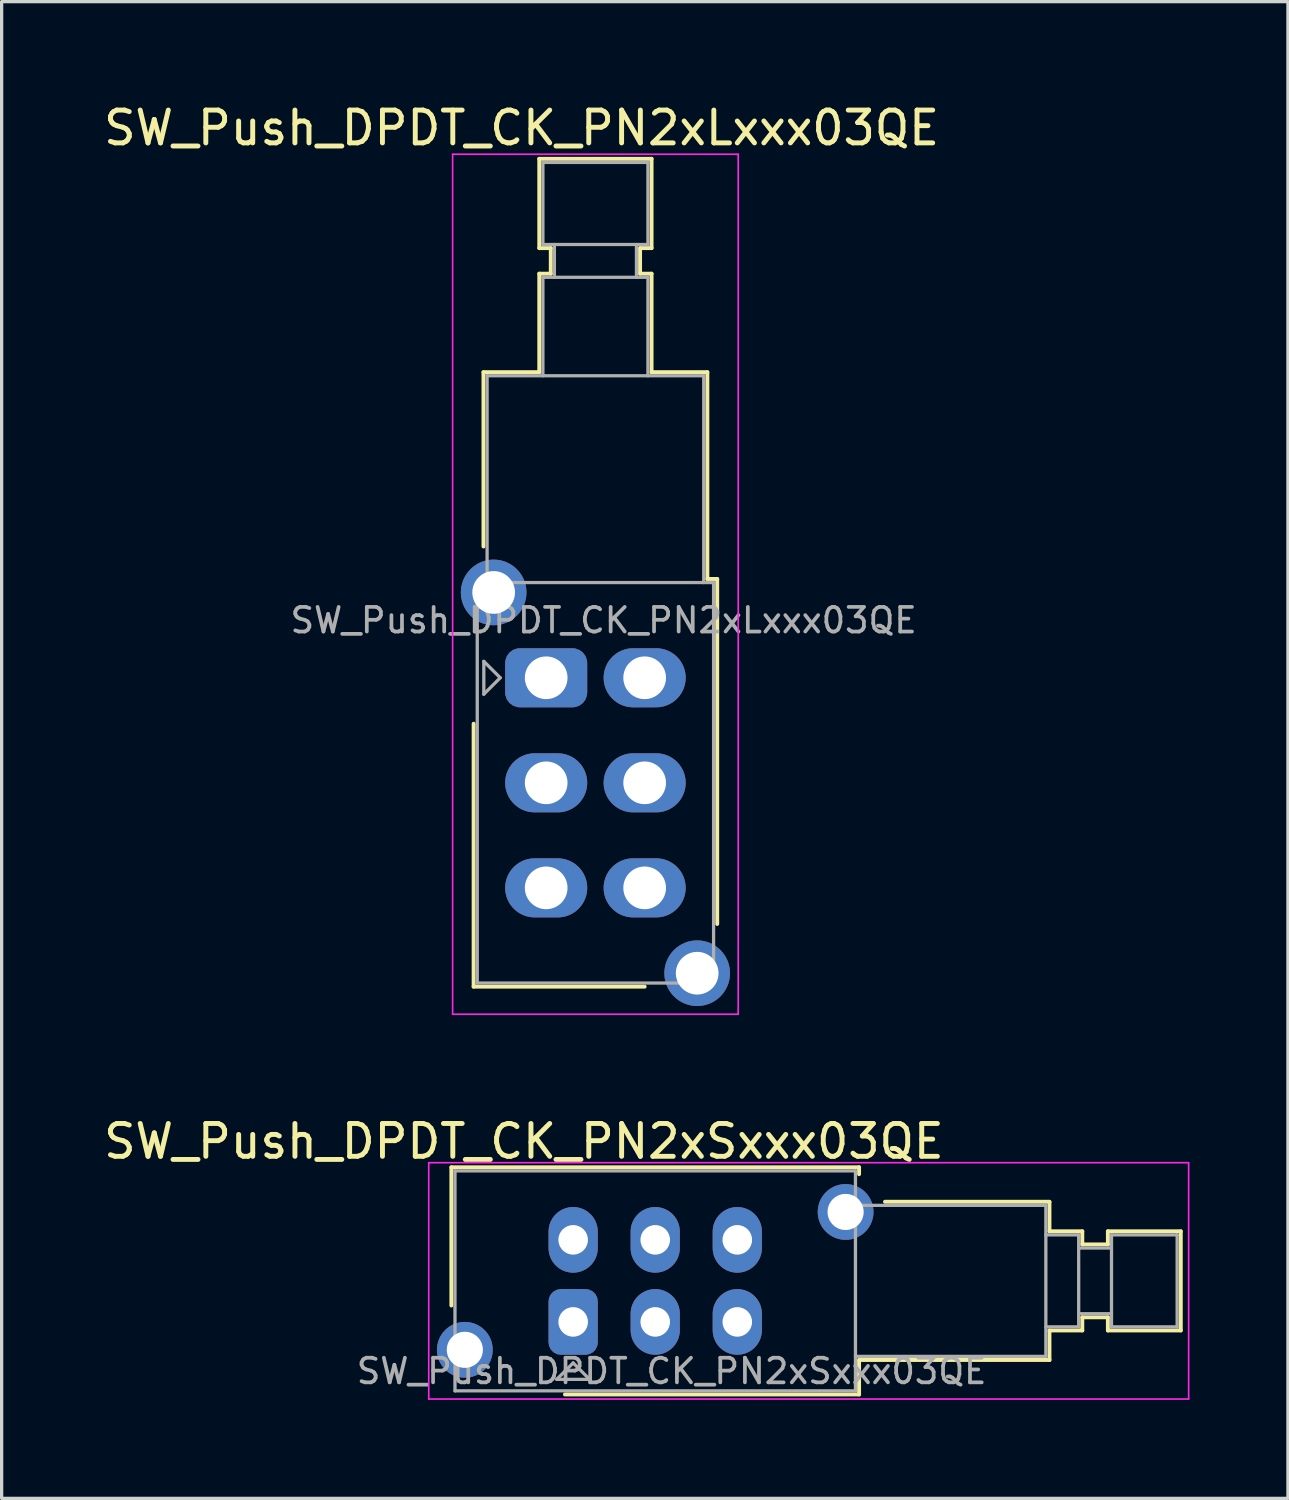
<source format=kicad_pcb>
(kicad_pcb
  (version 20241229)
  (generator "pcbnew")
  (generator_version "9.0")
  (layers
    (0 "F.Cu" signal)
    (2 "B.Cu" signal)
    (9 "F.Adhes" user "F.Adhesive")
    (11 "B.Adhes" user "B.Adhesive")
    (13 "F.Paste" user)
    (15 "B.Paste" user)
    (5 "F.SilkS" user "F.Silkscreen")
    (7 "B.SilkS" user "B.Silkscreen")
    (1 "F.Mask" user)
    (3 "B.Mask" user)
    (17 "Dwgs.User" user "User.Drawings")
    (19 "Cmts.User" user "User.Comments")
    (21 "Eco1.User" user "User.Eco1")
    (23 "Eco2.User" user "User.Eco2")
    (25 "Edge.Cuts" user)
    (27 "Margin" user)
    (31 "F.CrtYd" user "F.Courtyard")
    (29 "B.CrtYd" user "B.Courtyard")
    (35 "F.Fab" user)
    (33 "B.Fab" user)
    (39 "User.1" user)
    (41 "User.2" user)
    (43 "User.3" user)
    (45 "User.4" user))
  (footprint "SW_Push_DPDT_CK_PN2xLxxx03QE"
    (layer "F.Cu")
    (at 13.589 17.598)
    (property "Reference" "SW_Push_DPDT_CK_PN2xLxxx03QE" (at -0.75 -16.75 0) (layer "F.SilkS") (effects (font (size 1 1) (thickness 0.15))))
    (attr through_hole)
    (fp_line (start -2.21 9.41) (end -2.21 1.4) (stroke (width 0.12) (type solid)) (layer "F.SilkS"))
    (fp_line (start -2.21 9.41) (end 3 9.41) (stroke (width 0.12) (type solid)) (layer "F.SilkS"))
    (fp_line (start -1.91 -9.31) (end -0.21 -9.31) (stroke (width 0.12) (type solid)) (layer "F.SilkS"))
    (fp_line (start -1.91 -4) (end -1.91 -9.31) (stroke (width 0.12) (type solid)) (layer "F.SilkS"))
    (fp_line (start -0.21 -15.81) (end 3.21 -15.81) (stroke (width 0.12) (type solid)) (layer "F.SilkS"))
    (fp_line (start -0.21 -13.09) (end -0.21 -15.81) (stroke (width 0.12) (type solid)) (layer "F.SilkS"))
    (fp_line (start -0.21 -12.31) (end 0.14 -12.31) (stroke (width 0.12) (type solid)) (layer "F.SilkS"))
    (fp_line (start -0.21 -9.31) (end -0.21 -12.31) (stroke (width 0.12) (type solid)) (layer "F.SilkS"))
    (fp_line (start 0.14 -13.09) (end -0.21 -13.09) (stroke (width 0.12) (type solid)) (layer "F.SilkS"))
    (fp_line (start 0.14 -12.31) (end 0.14 -13.09) (stroke (width 0.12) (type solid)) (layer "F.SilkS"))
    (fp_line (start 2.86 -13.09) (end 2.86 -12.31) (stroke (width 0.12) (type solid)) (layer "F.SilkS"))
    (fp_line (start 2.86 -13.09) (end 3.21 -13.09) (stroke (width 0.12) (type solid)) (layer "F.SilkS"))
    (fp_line (start 2.86 -12.31) (end 3.21 -12.31) (stroke (width 0.12) (type solid)) (layer "F.SilkS"))
    (fp_line (start 3.21 -15.81) (end 3.21 -13.09) (stroke (width 0.12) (type solid)) (layer "F.SilkS"))
    (fp_line (start 3.21 -12.31) (end 3.21 -9.31) (stroke (width 0.12) (type solid)) (layer "F.SilkS"))
    (fp_line (start 3.21 -9.31) (end 4.91 -9.31) (stroke (width 0.12) (type solid)) (layer "F.SilkS"))
    (fp_line (start 4.91 -9.31) (end 4.91 -3.01) (stroke (width 0.12) (type solid)) (layer "F.SilkS"))
    (fp_line (start 4.91 -3.01) (end 5.21 -3.01) (stroke (width 0.12) (type solid)) (layer "F.SilkS"))
    (fp_line (start 5.21 -3.01) (end 5.21 7.5) (stroke (width 0.12) (type solid)) (layer "F.SilkS"))
    (fp_line (start -2.85 -15.95) (end -2.85 10.25) (stroke (width 0.05) (type solid)) (layer "F.CrtYd"))
    (fp_line (start -2.85 10.25) (end 5.85 10.25) (stroke (width 0.05) (type solid)) (layer "F.CrtYd"))
    (fp_line (start 5.85 -15.95) (end -2.85 -15.95) (stroke (width 0.05) (type solid)) (layer "F.CrtYd"))
    (fp_line (start 5.85 10.25) (end 5.85 -15.95) (stroke (width 0.05) (type solid)) (layer "F.CrtYd"))
    (fp_line (start -2.1 -2.9) (end -2.1 9.3) (stroke (width 0.1) (type solid)) (layer "F.Fab"))
    (fp_line (start -2.1 9.3) (end 5.1 9.3) (stroke (width 0.1) (type solid)) (layer "F.Fab"))
    (fp_line (start -1.9 -0.5) (end -1.9 0.5) (stroke (width 0.1) (type solid)) (layer "F.Fab"))
    (fp_line (start -1.9 0.5) (end -1.4 0) (stroke (width 0.1) (type solid)) (layer "F.Fab"))
    (fp_line (start -1.8 -2.9) (end -1.8 -9.2) (stroke (width 0.1) (type solid)) (layer "F.Fab"))
    (fp_line (start -1.4 0) (end -1.9 -0.5) (stroke (width 0.1) (type solid)) (layer "F.Fab"))
    (fp_line (start -0.1 -15.7) (end -0.1 -13.2) (stroke (width 0.1) (type solid)) (layer "F.Fab"))
    (fp_line (start -0.1 -15.7) (end 3.1 -15.7) (stroke (width 0.1) (type solid)) (layer "F.Fab"))
    (fp_line (start -0.1 -13.2) (end 3.1 -13.2) (stroke (width 0.1) (type solid)) (layer "F.Fab"))
    (fp_line (start -0.1 -12.2) (end -0.1 -9.2) (stroke (width 0.1) (type solid)) (layer "F.Fab"))
    (fp_line (start -0.1 -12.2) (end 3.1 -12.2) (stroke (width 0.1) (type solid)) (layer "F.Fab"))
    (fp_line (start 0.25 -13.2) (end 0.25 -12.2) (stroke (width 0.1) (type solid)) (layer "F.Fab"))
    (fp_line (start 2.75 -13.2) (end 2.75 -12.2) (stroke (width 0.1) (type solid)) (layer "F.Fab"))
    (fp_line (start 3.1 -15.7) (end 3.1 -13.2) (stroke (width 0.1) (type solid)) (layer "F.Fab"))
    (fp_line (start 3.1 -12.2) (end 3.1 -9.2) (stroke (width 0.1) (type solid)) (layer "F.Fab"))
    (fp_line (start 4.8 -9.2) (end -1.8 -9.2) (stroke (width 0.1) (type solid)) (layer "F.Fab"))
    (fp_line (start 4.8 -9.2) (end 4.8 -2.9) (stroke (width 0.1) (type solid)) (layer "F.Fab"))
    (fp_line (start 5.1 -2.9) (end -2.1 -2.9) (stroke (width 0.1) (type solid)) (layer "F.Fab"))
    (fp_line (start 5.1 9.3) (end 5.1 -2.9) (stroke (width 0.1) (type solid)) (layer "F.Fab"))
    (fp_text user "${REFERENCE}" (at 1.75 -1.75 180) (layer "F.Fab") (effects (font (size 0.75 0.75) (thickness 0.113))))
    (pad "1" thru_hole roundrect (at 0 0) (size 2.5 1.8) (drill 1.3) (layers "*.Cu" "*.Mask") (roundrect_rratio 0.25))
    (pad "2" thru_hole oval (at 0 3.2) (size 2.5 1.8) (drill 1.3) (layers "*.Cu" "*.Mask"))
    (pad "3" thru_hole oval (at 0 6.4) (size 2.5 1.8) (drill 1.3) (layers "*.Cu" "*.Mask"))
    (pad "4" thru_hole oval (at 3 0) (size 2.5 1.8) (drill 1.3) (layers "*.Cu" "*.Mask"))
    (pad "5" thru_hole oval (at 3 3.2) (size 2.5 1.8) (drill 1.3) (layers "*.Cu" "*.Mask"))
    (pad "6" thru_hole oval (at 3 6.4) (size 2.5 1.8) (drill 1.3) (layers "*.Cu" "*.Mask"))
    (pad "SH" thru_hole circle (at -1.6 -2.6) (size 2 2) (drill 1.3) (layers "*.Cu" "*.Mask"))
    (pad "SH" thru_hole circle (at 4.6 9) (size 2 2) (drill 1.3) (layers "*.Cu" "*.Mask")))
  (footprint "SW_Push_DPDT_CK_PN2xSxxx03QE"
    (layer "F.Cu")
    (at 14.411 37.221)
    (property "Reference" "SW_Push_DPDT_CK_PN2xSxxx03QE" (at -1.5 -5.5 0) (layer "F.SilkS") (effects (font (size 1 1) (thickness 0.15))))
    (attr through_hole)
    (fp_line (start -3.71 -4.71) (end -3.71 -0.5) (stroke (width 0.12) (type solid)) (layer "F.SilkS"))
    (fp_line (start -3.71 -4.71) (end 8.71 -4.71) (stroke (width 0.12) (type solid)) (layer "F.SilkS"))
    (fp_line (start 8.71 -4.71) (end 8.71 -4.5) (stroke (width 0.12) (type solid)) (layer "F.SilkS"))
    (fp_line (start 8.71 1.16) (end 8.71 2.21) (stroke (width 0.12) (type solid)) (layer "F.SilkS"))
    (fp_line (start 8.71 2.21) (end -0.25 2.21) (stroke (width 0.12) (type solid)) (layer "F.SilkS"))
    (fp_line (start 9.5 -3.66) (end 14.51 -3.66) (stroke (width 0.12) (type solid)) (layer "F.SilkS"))
    (fp_line (start 14.51 -3.65) (end 14.51 -2.76) (stroke (width 0.12) (type solid)) (layer "F.SilkS"))
    (fp_line (start 14.51 -2.76) (end 15.51 -2.76) (stroke (width 0.12) (type solid)) (layer "F.SilkS"))
    (fp_line (start 14.51 0.26) (end 14.51 1.16) (stroke (width 0.12) (type solid)) (layer "F.SilkS"))
    (fp_line (start 14.51 1.16) (end 8.71 1.16) (stroke (width 0.12) (type solid)) (layer "F.SilkS"))
    (fp_line (start 15.51 -2.76) (end 15.51 -2.36) (stroke (width 0.12) (type solid)) (layer "F.SilkS"))
    (fp_line (start 15.51 -2.36) (end 16.29 -2.36) (stroke (width 0.12) (type solid)) (layer "F.SilkS"))
    (fp_line (start 15.51 -0.14) (end 15.51 0.26) (stroke (width 0.12) (type solid)) (layer "F.SilkS"))
    (fp_line (start 15.51 0.26) (end 14.51 0.26) (stroke (width 0.12) (type solid)) (layer "F.SilkS"))
    (fp_line (start 16.29 -2.76) (end 18.51 -2.76) (stroke (width 0.12) (type solid)) (layer "F.SilkS"))
    (fp_line (start 16.29 -2.36) (end 16.29 -2.76) (stroke (width 0.12) (type solid)) (layer "F.SilkS"))
    (fp_line (start 16.29 -0.14) (end 15.51 -0.14) (stroke (width 0.12) (type solid)) (layer "F.SilkS"))
    (fp_line (start 16.29 -0.14) (end 16.29 0.26) (stroke (width 0.12) (type solid)) (layer "F.SilkS"))
    (fp_line (start 18.51 -2.76) (end 18.51 0.26) (stroke (width 0.12) (type solid)) (layer "F.SilkS"))
    (fp_line (start 18.51 0.26) (end 16.29 0.26) (stroke (width 0.12) (type solid)) (layer "F.SilkS"))
    (fp_line (start -4.4 -4.85) (end -4.4 2.35) (stroke (width 0.05) (type solid)) (layer "F.CrtYd"))
    (fp_line (start -4.4 2.35) (end 18.75 2.35) (stroke (width 0.05) (type solid)) (layer "F.CrtYd"))
    (fp_line (start 18.75 -4.85) (end -4.4 -4.85) (stroke (width 0.05) (type solid)) (layer "F.CrtYd"))
    (fp_line (start 18.75 2.35) (end 18.75 -4.85) (stroke (width 0.05) (type solid)) (layer "F.CrtYd"))
    (fp_line (start -3.6 -4.6) (end -3.6 2.1) (stroke (width 0.1) (type solid)) (layer "F.Fab"))
    (fp_line (start -3.6 2.1) (end 8.6 2.1) (stroke (width 0.1) (type solid)) (layer "F.Fab"))
    (fp_line (start -0.5 1.75) (end 0 1.25) (stroke (width 0.1) (type solid)) (layer "F.Fab"))
    (fp_line (start 0 1.25) (end 0.5 1.75) (stroke (width 0.1) (type solid)) (layer "F.Fab"))
    (fp_line (start 0.5 1.75) (end -0.5 1.75) (stroke (width 0.1) (type solid)) (layer "F.Fab"))
    (fp_line (start 8.6 -4.6) (end -3.6 -4.6) (stroke (width 0.1) (type solid)) (layer "F.Fab"))
    (fp_line (start 8.6 -3.55) (end 14.4 -3.55) (stroke (width 0.1) (type solid)) (layer "F.Fab"))
    (fp_line (start 8.6 2.1) (end 8.6 -4.6) (stroke (width 0.1) (type solid)) (layer "F.Fab"))
    (fp_line (start 14.4 1.05) (end 8.6 1.05) (stroke (width 0.1) (type solid)) (layer "F.Fab"))
    (fp_line (start 14.4 1.05) (end 14.4 -3.55) (stroke (width 0.1) (type solid)) (layer "F.Fab"))
    (fp_line (start 15.4 -2.65) (end 14.4 -2.65) (stroke (width 0.1) (type solid)) (layer "F.Fab"))
    (fp_line (start 15.4 0.15) (end 14.4 0.15) (stroke (width 0.1) (type solid)) (layer "F.Fab"))
    (fp_line (start 15.4 0.15) (end 15.4 -2.65) (stroke (width 0.1) (type solid)) (layer "F.Fab"))
    (fp_line (start 16.4 -2.65) (end 16.4 0.15) (stroke (width 0.1) (type solid)) (layer "F.Fab"))
    (fp_line (start 16.4 -2.25) (end 15.4 -2.25) (stroke (width 0.1) (type solid)) (layer "F.Fab"))
    (fp_line (start 16.4 -0.25) (end 15.4 -0.25) (stroke (width 0.1) (type solid)) (layer "F.Fab"))
    (fp_line (start 18.4 -2.65) (end 16.4 -2.65) (stroke (width 0.1) (type solid)) (layer "F.Fab"))
    (fp_line (start 18.4 -2.65) (end 18.4 0.15) (stroke (width 0.1) (type solid)) (layer "F.Fab"))
    (fp_line (start 18.4 0.15) (end 16.4 0.15) (stroke (width 0.1) (type solid)) (layer "F.Fab"))
    (fp_text user "${REFERENCE}" (at 3 1.5 0) (layer "F.Fab") (effects (font (size 0.75 0.75) (thickness 0.113))))
    (pad "1" thru_hole roundrect (at 0 0) (size 1.5 2) (drill 0.9) (layers "*.Cu" "*.Mask") (roundrect_rratio 0.25))
    (pad "2" thru_hole oval (at 2.5 0) (size 1.5 2) (drill 0.9) (layers "*.Cu" "*.Mask"))
    (pad "3" thru_hole oval (at 5 0) (size 1.5 2) (drill 0.9) (layers "*.Cu" "*.Mask"))
    (pad "4" thru_hole oval (at 0 -2.5) (size 1.5 2) (drill 0.9) (layers "*.Cu" "*.Mask"))
    (pad "5" thru_hole oval (at 2.5 -2.5) (size 1.5 2) (drill 0.9) (layers "*.Cu" "*.Mask"))
    (pad "6" thru_hole oval (at 5 -2.5) (size 1.5 2) (drill 0.9) (layers "*.Cu" "*.Mask"))
    (pad "SH" thru_hole circle (at -3.3 0.85) (size 1.7 1.7) (drill 1.1) (layers "*.Cu" "*.Mask"))
    (pad "SH" thru_hole circle (at 8.3 -3.35) (size 1.7 1.7) (drill 1.1) (layers "*.Cu" "*.Mask")))
  (gr_rect
    (start -3 -3)
    (end 36.186 42.596)
    (stroke (width 0.1) (type default))
    (fill no)
    (layer "Edge.Cuts")))
</source>
